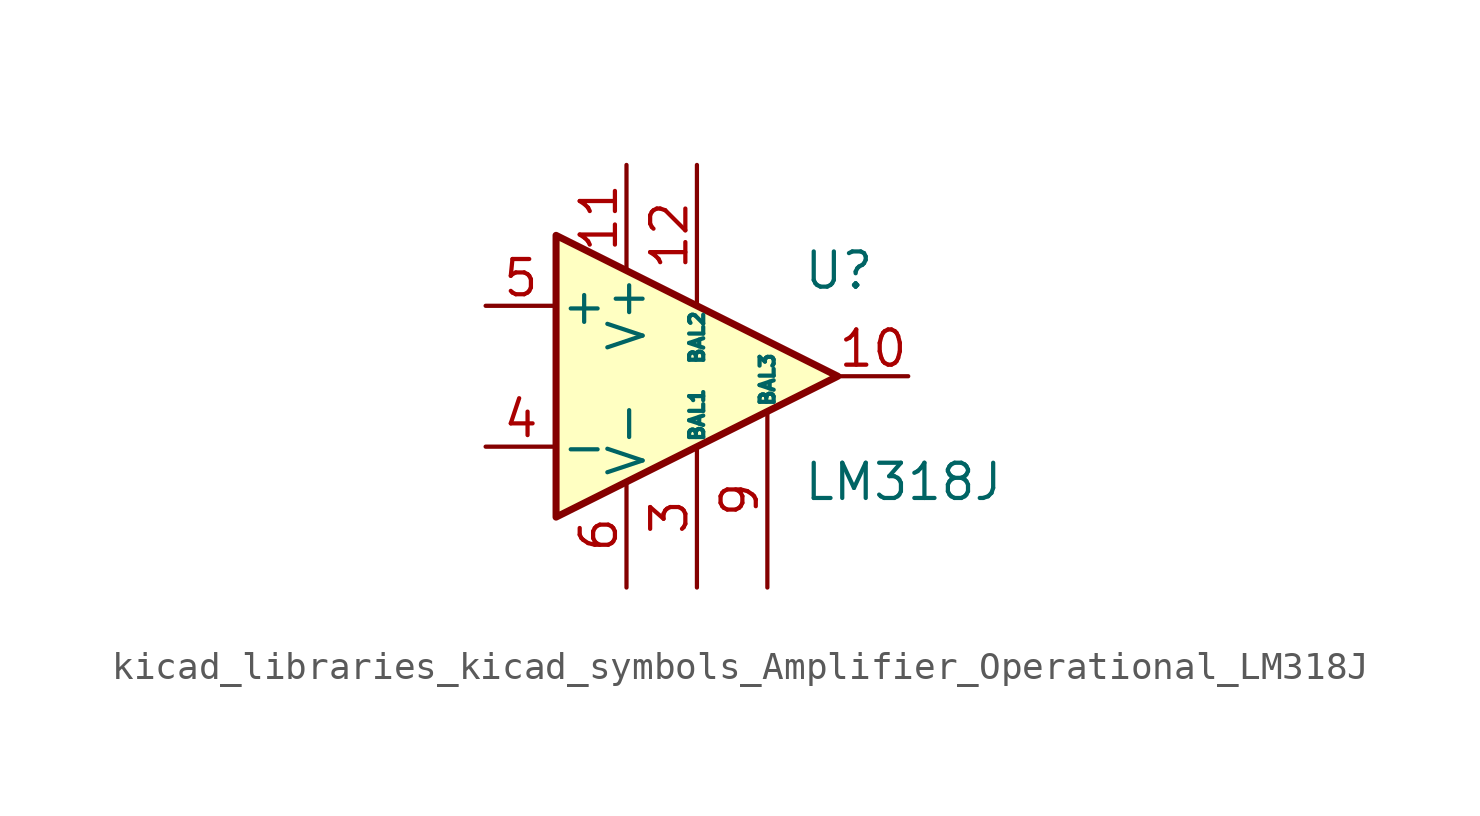
<source format=kicad_sym>
(kicad_symbol_lib
  (version 20220914)
  (generator kicad_symbol_editor)
  (symbol "kicad_libraries_kicad_symbols_Amplifier_Operational_LM318J"
    (pin_names
      (offset 0.127))
    (property "Reference" "U"
      (at 3.81 3.81 0)
      (effects (font (size 1.27 1.27)) (justify left)))
    (property "Value" "LM318J"
      (at 3.81 -3.81 0)
      (effects (font (size 1.27 1.27)) (justify left)))
    (symbol "kicad_libraries_kicad_symbols_Amplifier_Operational_LM318J_0_1"
      (polyline (pts (xy 5.08 0) (xy -5.08 5.08) (xy -5.08 -5.08) (xy 5.08 0)) (stroke (width 0.254) (type default)) (fill (type background))))
    (symbol "kicad_libraries_kicad_symbols_Amplifier_Operational_LM318J_1_1"
      (pin no_connect line (at -5.08 2.54 270) (length 2.54) hide (name "NC" (effects (font (size 1.27 1.27)))) (number "1" (effects (font (size 1.27 1.27)))))
      (pin output line (at 7.62 0 180) (length 2.54) (name "~" (effects (font (size 1.27 1.27)))) (number "10" (effects (font (size 1.27 1.27)))))
      (pin power_in line (at -2.54 7.62 270) (length 3.81) (name "V+" (effects (font (size 1.27 1.27)))) (number "11" (effects (font (size 1.27 1.27)))))
      (pin passive line (at 0 7.62 270) (length 5.08) (name "BAL2" (effects (font (size 0.508 0.508)))) (number "12" (effects (font (size 1.27 1.27)))))
      (pin no_connect line (at 0 2.54 270) (length 2.54) hide (name "NC" (effects (font (size 1.27 1.27)))) (number "13" (effects (font (size 1.27 1.27)))))
      (pin no_connect line (at 0 -2.54 90) (length 2.54) hide (name "NC" (effects (font (size 1.27 1.27)))) (number "14" (effects (font (size 1.27 1.27)))))
      (pin no_connect line (at -2.54 2.54 270) (length 2.54) hide (name "NC" (effects (font (size 1.27 1.27)))) (number "2" (effects (font (size 1.27 1.27)))))
      (pin passive line (at 0 -7.62 90) (length 5.08) (name "BAL1" (effects (font (size 0.508 0.508)))) (number "3" (effects (font (size 1.27 1.27)))))
      (pin input line (at -7.62 -2.54 0) (length 2.54) (name "-" (effects (font (size 1.27 1.27)))) (number "4" (effects (font (size 1.27 1.27)))))
      (pin input line (at -7.62 2.54 0) (length 2.54) (name "+" (effects (font (size 1.27 1.27)))) (number "5" (effects (font (size 1.27 1.27)))))
      (pin power_in line (at -2.54 -7.62 90) (length 3.81) (name "V-" (effects (font (size 1.27 1.27)))) (number "6" (effects (font (size 1.27 1.27)))))
      (pin no_connect line (at -5.08 -2.54 90) (length 2.54) hide (name "NC" (effects (font (size 1.27 1.27)))) (number "7" (effects (font (size 1.27 1.27)))))
      (pin no_connect line (at -2.54 -2.54 90) (length 2.54) hide (name "NC" (effects (font (size 1.27 1.27)))) (number "8" (effects (font (size 1.27 1.27)))))
      (pin passive line (at 2.54 -7.62 90) (length 6.35) (name "BAL3" (effects (font (size 0.508 0.508)))) (number "9" (effects (font (size 1.27 1.27))))))))
</source>
